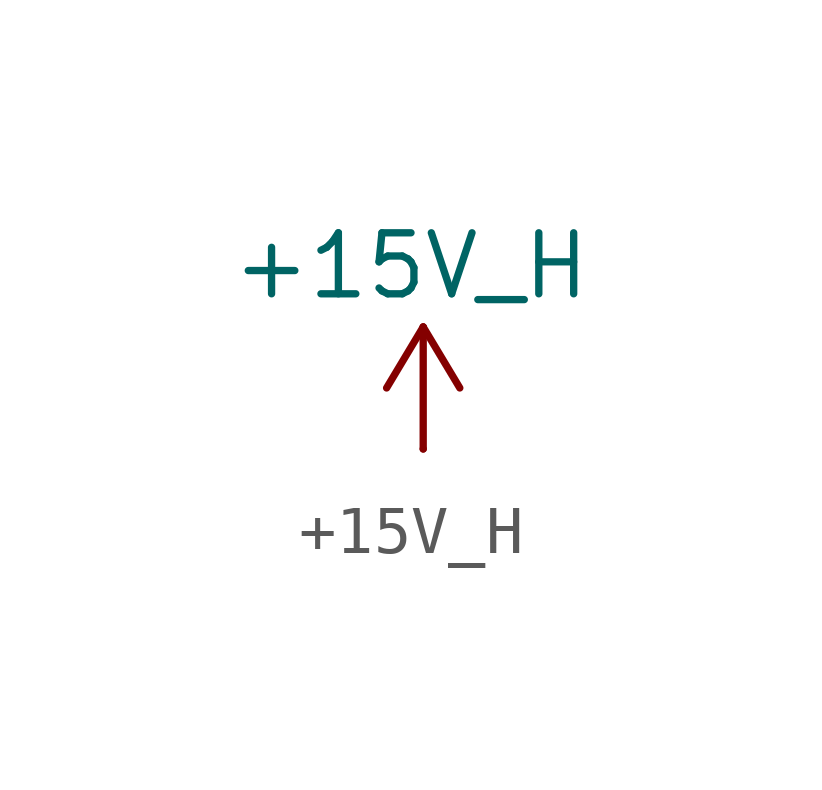
<source format=kicad_sym>
(kicad_symbol_lib
  (version 20231120)
  (generator "kicad_symbol_editor")
  (generator_version "8.0")
  (symbol "+15V_H"
    (power)
    (pin_numbers hide)
    (pin_names
      (offset 0) hide)
    (property "Reference" "#PWR"
      (at 0 -1.778 0)
      (effects (font (size 1.27 1.27)) (hide yes)))
    (property "Value" "+15V_H"
      (at -0.254 3.81 0)
      (effects (font (size 1.27 1.27))))
    (symbol "+15V_H_0_1"
      (polyline (pts (xy -0.762 1.27) (xy 0 2.54)) (stroke (width 0) (type default)) (fill (type none)))
      (polyline (pts (xy 0 0) (xy 0 2.54)) (stroke (width 0) (type default)) (fill (type none)))
      (polyline (pts (xy 0 2.54) (xy 0.762 1.27)) (stroke (width 0) (type default)) (fill (type none))))
    (symbol "+15V_H_1_1"
      (pin power_in line (at 0 0 90) (length 0) (name "~" (effects (font (size 1.27 1.27)))) (number "1" (effects (font (size 1.27 1.27))))))))
</source>
